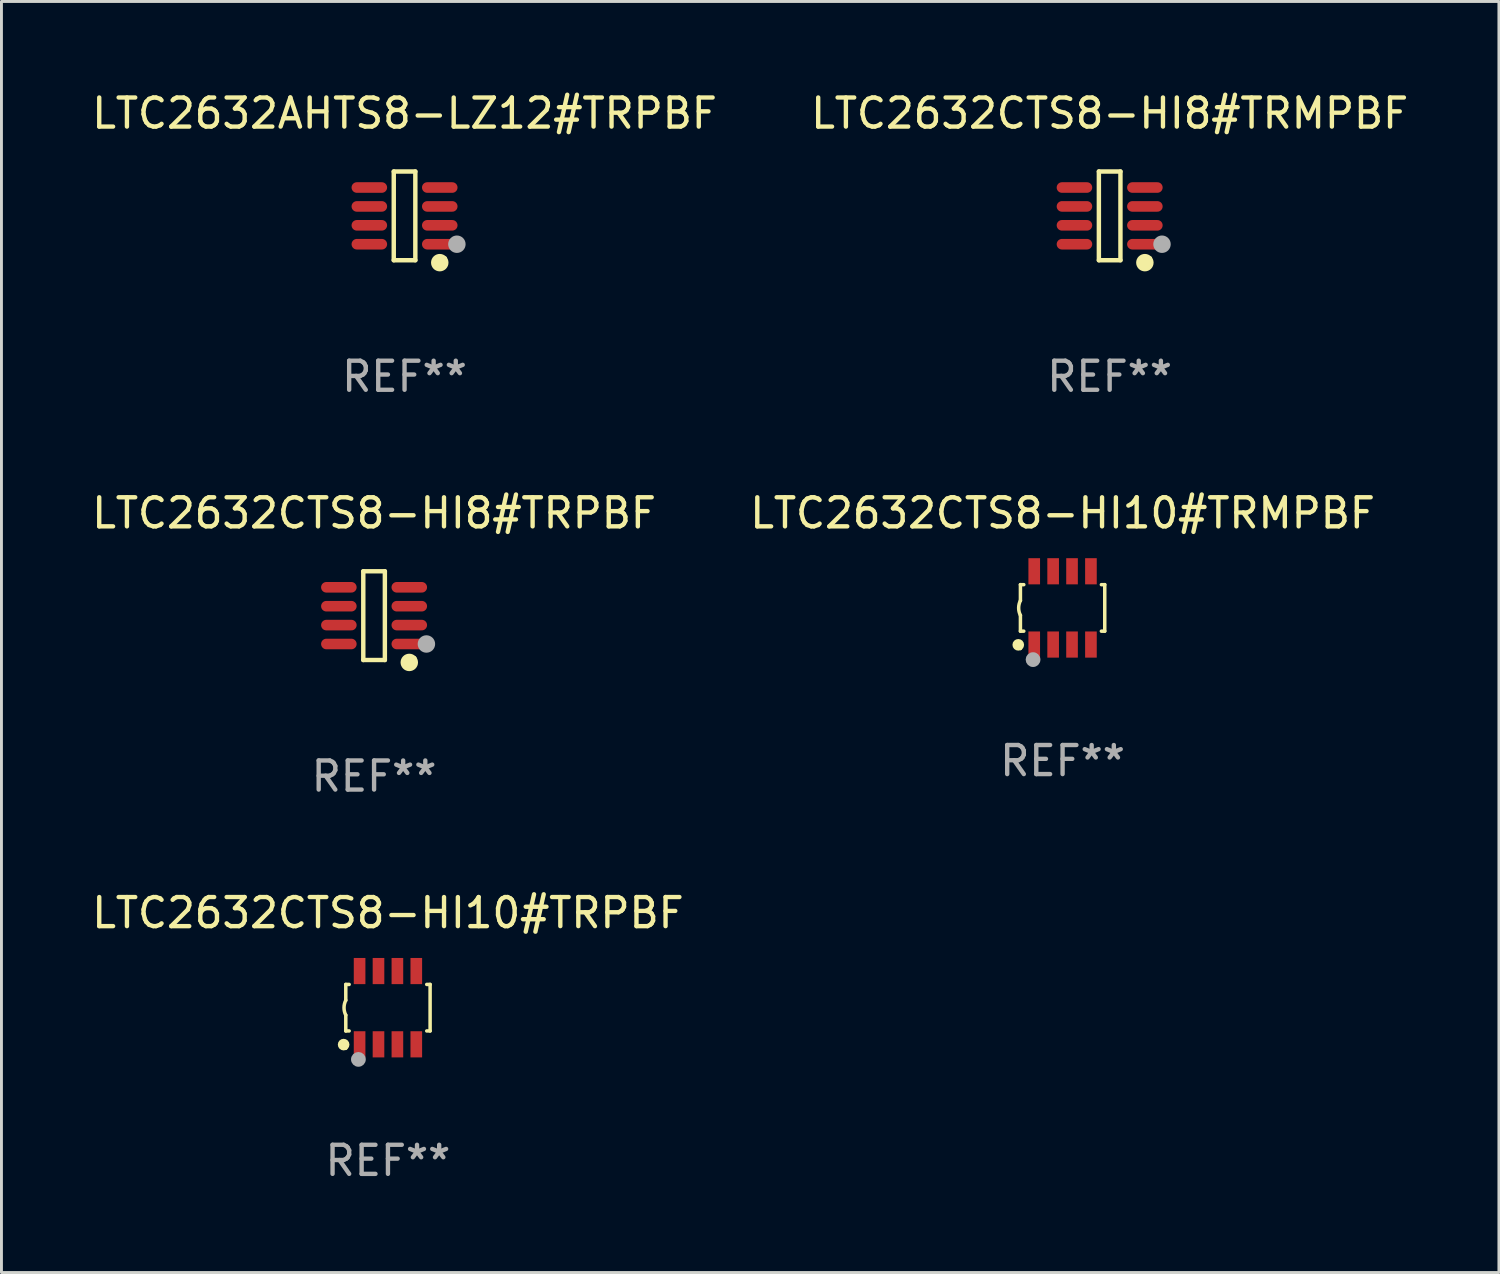
<source format=kicad_pcb>
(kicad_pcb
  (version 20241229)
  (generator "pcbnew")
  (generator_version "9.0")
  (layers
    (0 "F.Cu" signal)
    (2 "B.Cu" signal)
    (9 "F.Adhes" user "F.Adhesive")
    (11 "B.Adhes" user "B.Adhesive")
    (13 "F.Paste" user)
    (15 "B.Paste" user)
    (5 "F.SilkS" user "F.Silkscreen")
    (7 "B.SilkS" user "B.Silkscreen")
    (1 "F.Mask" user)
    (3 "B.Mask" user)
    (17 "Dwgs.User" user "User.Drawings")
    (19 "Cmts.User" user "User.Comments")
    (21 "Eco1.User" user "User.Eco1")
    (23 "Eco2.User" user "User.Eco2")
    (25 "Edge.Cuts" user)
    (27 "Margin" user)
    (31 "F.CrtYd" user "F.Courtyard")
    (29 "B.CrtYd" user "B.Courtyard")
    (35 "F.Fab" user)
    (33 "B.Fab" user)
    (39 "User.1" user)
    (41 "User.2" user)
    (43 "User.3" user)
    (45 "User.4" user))
  (footprint "LTC2632CTS8-HI10#TRMPBF"
    (layer "F.Cu")
    (at 33.494 17.857)
    (property "Reference" "LTC2632CTS8-HI10#TRMPBF" (at 0 -3.26 0) (layer "F.SilkS") (effects (font (size 1 1) (thickness 0.15))))
    (attr through_hole)
    (fp_line (start -1.45 -0.8) (end -1.45 -0.254) (stroke (width 0.12) (type solid)) (layer "F.SilkS"))
    (fp_line (start -1.45 -0.8) (end -1.334 -0.8) (stroke (width 0.12) (type solid)) (layer "F.SilkS"))
    (fp_line (start -1.45 0.8) (end -1.45 0.254) (stroke (width 0.12) (type solid)) (layer "F.SilkS"))
    (fp_line (start -1.45 0.8) (end -1.334 0.8) (stroke (width 0.12) (type solid)) (layer "F.SilkS"))
    (fp_line (start 1.334 -0.8) (end 1.45 -0.8) (stroke (width 0.12) (type solid)) (layer "F.SilkS"))
    (fp_line (start 1.334 0.8) (end 1.45 0.8) (stroke (width 0.12) (type solid)) (layer "F.SilkS"))
    (fp_line (start 1.45 0.8) (end 1.45 -0.8) (stroke (width 0.12) (type solid)) (layer "F.SilkS"))
    (fp_arc (start -1.45075 0.255144) (mid -1.510605 0.000434) (end -1.450013 -0.254102) (stroke (width 0.11999) (type solid)) (layer "F.SilkS"))
    (fp_circle (center -1.524 1.27) (end -1.424 1.27) (stroke (width 0.2) (type solid)) (fill no) (layer "F.SilkS"))
    (fp_circle (center -1.45 1.4) (end -1.42 1.4) (stroke (width 0.06) (type solid)) (fill no) (layer "F.SilkS"))
    (fp_circle (center -1.016 1.778) (end -0.889 1.778) (stroke (width 0.254) (type solid)) (fill no) (layer "F.Fab"))
    (fp_text user "REF**" (at 0 5.26 0) (layer "F.Fab") (effects (font (size 1 1) (thickness 0.15))))
    (pad "1" smd rect (at -0.975 1.26) (size 0.4 0.9) (layers "F.Cu" "F.Mask" "F.Paste"))
    (pad "2" smd rect (at -0.325 1.26) (size 0.4 0.9) (layers "F.Cu" "F.Mask" "F.Paste"))
    (pad "3" smd rect (at 0.325 1.26) (size 0.4 0.9) (layers "F.Cu" "F.Mask" "F.Paste"))
    (pad "4" smd rect (at 0.975 1.26) (size 0.4 0.9) (layers "F.Cu" "F.Mask" "F.Paste"))
    (pad "5" smd rect (at 0.975 -1.26) (size 0.4 0.9) (layers "F.Cu" "F.Mask" "F.Paste"))
    (pad "6" smd rect (at 0.325 -1.26) (size 0.4 0.9) (layers "F.Cu" "F.Mask" "F.Paste"))
    (pad "7" smd rect (at -0.325 -1.26) (size 0.4 0.9) (layers "F.Cu" "F.Mask" "F.Paste"))
    (pad "8" smd rect (at -0.975 -1.26) (size 0.4 0.9) (layers "F.Cu" "F.Mask" "F.Paste")))
  (footprint "LTC2632CTS8-HI8#TRPBF"
    (layer "F.Cu")
    (at 9.815 18.123)
    (property "Reference" "LTC2632CTS8-HI8#TRPBF" (at 0 -3.526 0) (layer "F.SilkS") (effects (font (size 1 1) (thickness 0.15))))
    (attr through_hole)
    (fp_line (start -0.371 -1.526) (end 0.371 -1.526) (stroke (width 0.152) (type solid)) (layer "F.SilkS"))
    (fp_line (start -0.371 1.526) (end -0.371 -1.526) (stroke (width 0.152) (type solid)) (layer "F.SilkS"))
    (fp_line (start 0.371 -1.526) (end 0.371 1.526) (stroke (width 0.152) (type solid)) (layer "F.SilkS"))
    (fp_line (start 0.371 1.526) (end -0.371 1.526) (stroke (width 0.152) (type solid)) (layer "F.SilkS"))
    (fp_circle (center 1.211 1.609) (end 1.361 1.609) (stroke (width 0.3) (type solid)) (fill no) (layer "F.SilkS"))
    (fp_circle (center 1.4 1.45) (end 1.43 1.45) (stroke (width 0.06) (type solid)) (fill no) (layer "F.SilkS"))
    (fp_circle (center 1.8 0.975) (end 1.95 0.975) (stroke (width 0.3) (type solid)) (fill no) (layer "F.Fab"))
    (fp_text user "REF**" (at 0 5.526 0) (layer "F.Fab") (effects (font (size 1 1) (thickness 0.15))))
    (pad "1" smd oval (at 1.211 0.975) (size 1.222 0.364) (layers "F.Cu" "F.Mask" "F.Paste"))
    (pad "2" smd oval (at 1.211 0.325) (size 1.222 0.364) (layers "F.Cu" "F.Mask" "F.Paste"))
    (pad "3" smd oval (at 1.211 -0.325) (size 1.222 0.364) (layers "F.Cu" "F.Mask" "F.Paste"))
    (pad "4" smd oval (at 1.211 -0.975) (size 1.222 0.364) (layers "F.Cu" "F.Mask" "F.Paste"))
    (pad "5" smd oval (at -1.211 -0.975) (size 1.222 0.364) (layers "F.Cu" "F.Mask" "F.Paste"))
    (pad "6" smd oval (at -1.211 -0.325) (size 1.222 0.364) (layers "F.Cu" "F.Mask" "F.Paste"))
    (pad "7" smd oval (at -1.211 0.325) (size 1.222 0.364) (layers "F.Cu" "F.Mask" "F.Paste"))
    (pad "8" smd oval (at -1.211 0.975) (size 1.222 0.364) (layers "F.Cu" "F.Mask" "F.Paste")))
  (footprint "LTC2632AHTS8-LZ12#TRPBF"
    (layer "F.Cu")
    (at 10.863 4.374)
    (property "Reference" "LTC2632AHTS8-LZ12#TRPBF" (at 0 -3.526 0) (layer "F.SilkS") (effects (font (size 1 1) (thickness 0.15))))
    (attr through_hole)
    (fp_line (start -0.371 -1.526) (end 0.371 -1.526) (stroke (width 0.152) (type solid)) (layer "F.SilkS"))
    (fp_line (start -0.371 1.526) (end -0.371 -1.526) (stroke (width 0.152) (type solid)) (layer "F.SilkS"))
    (fp_line (start 0.371 -1.526) (end 0.371 1.526) (stroke (width 0.152) (type solid)) (layer "F.SilkS"))
    (fp_line (start 0.371 1.526) (end -0.371 1.526) (stroke (width 0.152) (type solid)) (layer "F.SilkS"))
    (fp_circle (center 1.211 1.609) (end 1.361 1.609) (stroke (width 0.3) (type solid)) (fill no) (layer "F.SilkS"))
    (fp_circle (center 1.4 1.45) (end 1.43 1.45) (stroke (width 0.06) (type solid)) (fill no) (layer "F.SilkS"))
    (fp_circle (center 1.8 0.975) (end 1.95 0.975) (stroke (width 0.3) (type solid)) (fill no) (layer "F.Fab"))
    (fp_text user "REF**" (at 0 5.526 0) (layer "F.Fab") (effects (font (size 1 1) (thickness 0.15))))
    (pad "1" smd oval (at 1.211 0.975) (size 1.222 0.364) (layers "F.Cu" "F.Mask" "F.Paste"))
    (pad "2" smd oval (at 1.211 0.325) (size 1.222 0.364) (layers "F.Cu" "F.Mask" "F.Paste"))
    (pad "3" smd oval (at 1.211 -0.325) (size 1.222 0.364) (layers "F.Cu" "F.Mask" "F.Paste"))
    (pad "4" smd oval (at 1.211 -0.975) (size 1.222 0.364) (layers "F.Cu" "F.Mask" "F.Paste"))
    (pad "5" smd oval (at -1.211 -0.975) (size 1.222 0.364) (layers "F.Cu" "F.Mask" "F.Paste"))
    (pad "6" smd oval (at -1.211 -0.325) (size 1.222 0.364) (layers "F.Cu" "F.Mask" "F.Paste"))
    (pad "7" smd oval (at -1.211 0.325) (size 1.222 0.364) (layers "F.Cu" "F.Mask" "F.Paste"))
    (pad "8" smd oval (at -1.211 0.975) (size 1.222 0.364) (layers "F.Cu" "F.Mask" "F.Paste")))
  (footprint "LTC2632CTS8-HI10#TRPBF"
    (layer "F.Cu")
    (at 10.292 31.606)
    (property "Reference" "LTC2632CTS8-HI10#TRPBF" (at 0 -3.26 0) (layer "F.SilkS") (effects (font (size 1 1) (thickness 0.15))))
    (attr through_hole)
    (fp_line (start -1.45 -0.8) (end -1.45 -0.254) (stroke (width 0.12) (type solid)) (layer "F.SilkS"))
    (fp_line (start -1.45 -0.8) (end -1.334 -0.8) (stroke (width 0.12) (type solid)) (layer "F.SilkS"))
    (fp_line (start -1.45 0.8) (end -1.45 0.254) (stroke (width 0.12) (type solid)) (layer "F.SilkS"))
    (fp_line (start -1.45 0.8) (end -1.334 0.8) (stroke (width 0.12) (type solid)) (layer "F.SilkS"))
    (fp_line (start 1.334 -0.8) (end 1.45 -0.8) (stroke (width 0.12) (type solid)) (layer "F.SilkS"))
    (fp_line (start 1.334 0.8) (end 1.45 0.8) (stroke (width 0.12) (type solid)) (layer "F.SilkS"))
    (fp_line (start 1.45 0.8) (end 1.45 -0.8) (stroke (width 0.12) (type solid)) (layer "F.SilkS"))
    (fp_arc (start -1.45075 0.255144) (mid -1.510605 0.000434) (end -1.450013 -0.254102) (stroke (width 0.11999) (type solid)) (layer "F.SilkS"))
    (fp_circle (center -1.524 1.27) (end -1.424 1.27) (stroke (width 0.2) (type solid)) (fill no) (layer "F.SilkS"))
    (fp_circle (center -1.45 1.4) (end -1.42 1.4) (stroke (width 0.06) (type solid)) (fill no) (layer "F.SilkS"))
    (fp_circle (center -1.016 1.778) (end -0.889 1.778) (stroke (width 0.254) (type solid)) (fill no) (layer "F.Fab"))
    (fp_text user "REF**" (at 0 5.26 0) (layer "F.Fab") (effects (font (size 1 1) (thickness 0.15))))
    (pad "1" smd rect (at -0.975 1.26) (size 0.4 0.9) (layers "F.Cu" "F.Mask" "F.Paste"))
    (pad "2" smd rect (at -0.325 1.26) (size 0.4 0.9) (layers "F.Cu" "F.Mask" "F.Paste"))
    (pad "3" smd rect (at 0.325 1.26) (size 0.4 0.9) (layers "F.Cu" "F.Mask" "F.Paste"))
    (pad "4" smd rect (at 0.975 1.26) (size 0.4 0.9) (layers "F.Cu" "F.Mask" "F.Paste"))
    (pad "5" smd rect (at 0.975 -1.26) (size 0.4 0.9) (layers "F.Cu" "F.Mask" "F.Paste"))
    (pad "6" smd rect (at 0.325 -1.26) (size 0.4 0.9) (layers "F.Cu" "F.Mask" "F.Paste"))
    (pad "7" smd rect (at -0.325 -1.26) (size 0.4 0.9) (layers "F.Cu" "F.Mask" "F.Paste"))
    (pad "8" smd rect (at -0.975 -1.26) (size 0.4 0.9) (layers "F.Cu" "F.Mask" "F.Paste")))
  (footprint "LTC2632CTS8-HI8#TRMPBF"
    (layer "F.Cu")
    (at 35.113 4.374)
    (property "Reference" "LTC2632CTS8-HI8#TRMPBF" (at 0 -3.526 0) (layer "F.SilkS") (effects (font (size 1 1) (thickness 0.15))))
    (attr through_hole)
    (fp_line (start -0.371 -1.526) (end 0.371 -1.526) (stroke (width 0.152) (type solid)) (layer "F.SilkS"))
    (fp_line (start -0.371 1.526) (end -0.371 -1.526) (stroke (width 0.152) (type solid)) (layer "F.SilkS"))
    (fp_line (start 0.371 -1.526) (end 0.371 1.526) (stroke (width 0.152) (type solid)) (layer "F.SilkS"))
    (fp_line (start 0.371 1.526) (end -0.371 1.526) (stroke (width 0.152) (type solid)) (layer "F.SilkS"))
    (fp_circle (center 1.211 1.609) (end 1.361 1.609) (stroke (width 0.3) (type solid)) (fill no) (layer "F.SilkS"))
    (fp_circle (center 1.4 1.45) (end 1.43 1.45) (stroke (width 0.06) (type solid)) (fill no) (layer "F.SilkS"))
    (fp_circle (center 1.8 0.975) (end 1.95 0.975) (stroke (width 0.3) (type solid)) (fill no) (layer "F.Fab"))
    (fp_text user "REF**" (at 0 5.526 0) (layer "F.Fab") (effects (font (size 1 1) (thickness 0.15))))
    (pad "1" smd oval (at 1.211 0.975) (size 1.222 0.364) (layers "F.Cu" "F.Mask" "F.Paste"))
    (pad "2" smd oval (at 1.211 0.325) (size 1.222 0.364) (layers "F.Cu" "F.Mask" "F.Paste"))
    (pad "3" smd oval (at 1.211 -0.325) (size 1.222 0.364) (layers "F.Cu" "F.Mask" "F.Paste"))
    (pad "4" smd oval (at 1.211 -0.975) (size 1.222 0.364) (layers "F.Cu" "F.Mask" "F.Paste"))
    (pad "5" smd oval (at -1.211 -0.975) (size 1.222 0.364) (layers "F.Cu" "F.Mask" "F.Paste"))
    (pad "6" smd oval (at -1.211 -0.325) (size 1.222 0.364) (layers "F.Cu" "F.Mask" "F.Paste"))
    (pad "7" smd oval (at -1.211 0.325) (size 1.222 0.364) (layers "F.Cu" "F.Mask" "F.Paste"))
    (pad "8" smd oval (at -1.211 0.975) (size 1.222 0.364) (layers "F.Cu" "F.Mask" "F.Paste")))
  (gr_rect
    (start -3 -3)
    (end 48.5 40.714)
    (stroke (width 0.1) (type default))
    (fill no)
    (layer "Edge.Cuts")))
</source>
